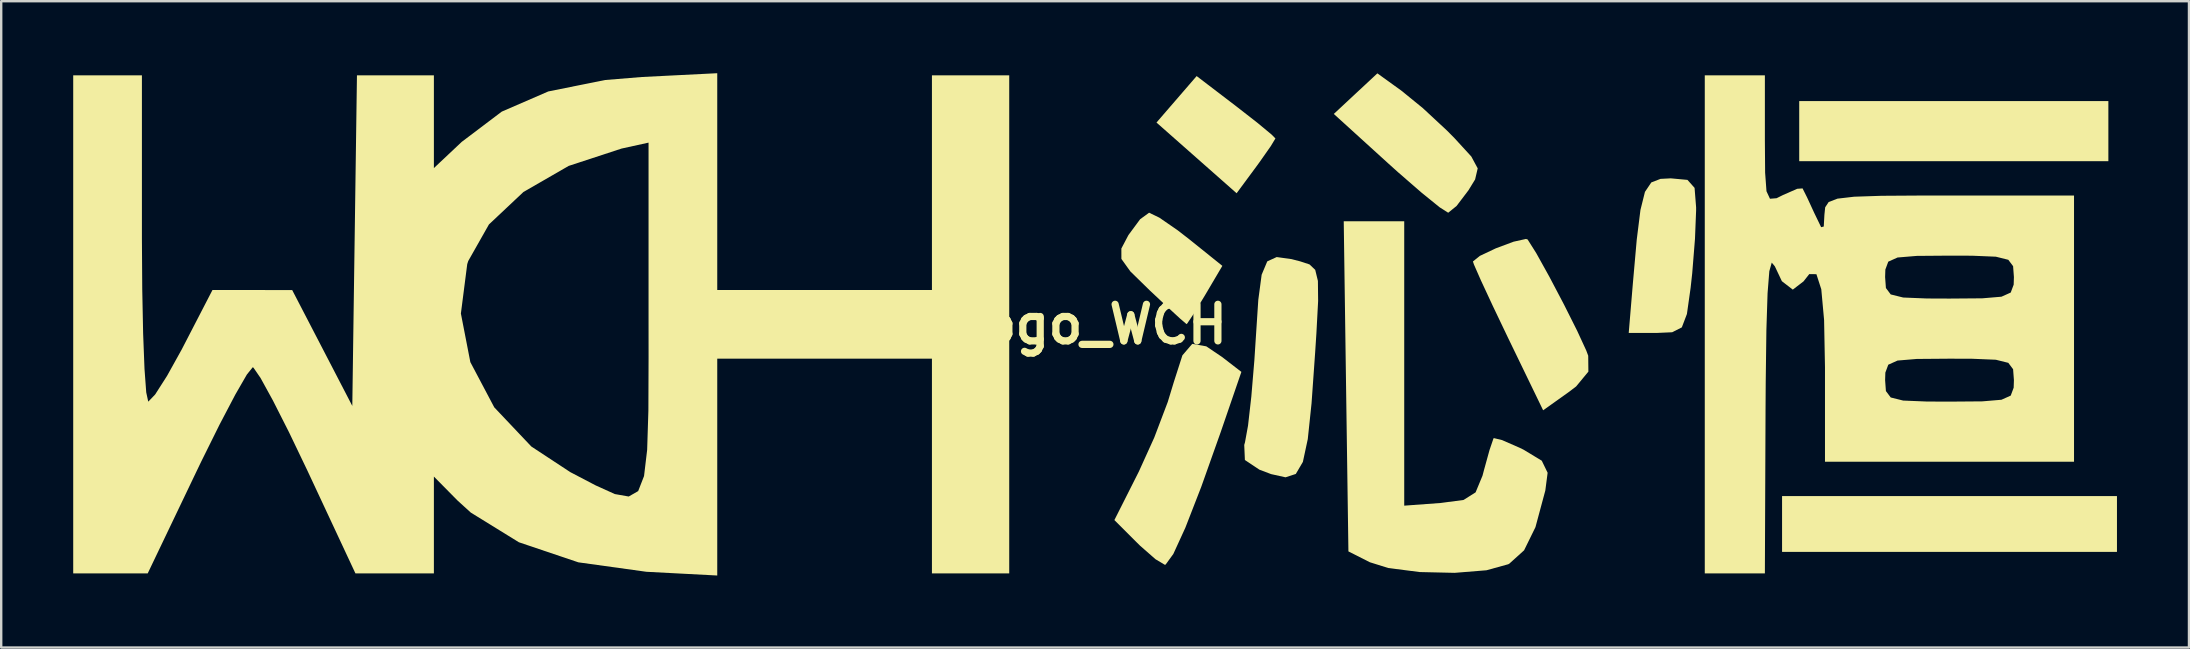
<source format=kicad_pcb>
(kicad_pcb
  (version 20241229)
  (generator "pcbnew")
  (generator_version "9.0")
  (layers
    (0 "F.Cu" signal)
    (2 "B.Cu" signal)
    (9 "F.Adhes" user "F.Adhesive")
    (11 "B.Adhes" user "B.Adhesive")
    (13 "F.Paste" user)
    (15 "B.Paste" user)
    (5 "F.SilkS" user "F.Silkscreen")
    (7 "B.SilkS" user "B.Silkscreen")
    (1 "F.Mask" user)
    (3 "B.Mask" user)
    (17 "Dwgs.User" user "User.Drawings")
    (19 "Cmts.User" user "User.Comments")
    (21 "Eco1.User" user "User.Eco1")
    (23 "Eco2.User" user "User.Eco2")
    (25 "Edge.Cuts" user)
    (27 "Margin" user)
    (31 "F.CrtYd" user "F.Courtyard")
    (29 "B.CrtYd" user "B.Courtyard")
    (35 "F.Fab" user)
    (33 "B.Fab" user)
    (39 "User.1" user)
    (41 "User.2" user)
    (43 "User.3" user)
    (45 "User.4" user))
  (footprint "logo_WCH"
    (layer "F.Cu")
    (at 42.572 10.462)
    (property "Reference" "logo_WCH" (at 0 0 0) (layer "F.SilkS") (effects (font (size 1.524 1.524) (thickness 0.3))))
    (attr board_only exclude_from_pos_files exclude_from_bom)
    (fp_poly (pts (xy 42.214 -6.797) (xy 29.335 -6.797) (xy 29.335 -9.301) (xy 42.214 -9.301)) (stroke (width 0) (type solid)) (fill yes) (layer "F.SilkS"))
    (fp_poly (pts (xy 42.572 8.318) (xy 42.572 9.48) (xy 28.62 9.48) (xy 28.62 8.318) (xy 28.62 7.155) (xy 42.572 7.155)) (stroke (width 0) (type solid)) (fill yes) (layer "F.SilkS"))
    (fp_poly (pts (xy 5.872 -9.09) (xy 6.755 -8.402) (xy 7.35 -7.909) (xy 7.513 -7.745) (xy 7.322 -7.427) (xy 6.851 -6.756) (xy 6.705 -6.556) (xy 5.896 -5.461) (xy 2.558 -8.407) (xy 4.231 -10.343)) (stroke (width 0) (type solid)) (fill yes) (layer "F.SilkS"))
    (fp_poly (pts (xy 2.68 -4.443) (xy 3.443 -3.916) (xy 3.924 -3.543) (xy 5.302 -2.436) (xy 4.583 -1.218) (xy 4.118 -0.452) (xy 3.839 -0.035) (xy 3.81 -0.009) (xy 3.544 -0.237) (xy 2.913 -0.818) (xy 2.29 -1.402) (xy 1.469 -2.205) (xy 1.096 -2.725) (xy 1.095 -3.16) (xy 1.386 -3.713) (xy 1.389 -3.719) (xy 1.876 -4.378) (xy 2.25 -4.651)) (stroke (width 0) (type solid)) (fill yes) (layer "F.SilkS"))
    (fp_poly (pts (xy 12.766 -9.731) (xy 13.654 -9.008) (xy 14.66 -8.073) (xy 14.969 -7.761) (xy 15.673 -6.993) (xy 15.94 -6.498) (xy 15.832 -6.036) (xy 15.554 -5.583) (xy 15.059 -4.931) (xy 14.713 -4.651) (xy 14.708 -4.651) (xy 14.354 -4.876) (xy 13.613 -5.476) (xy 12.62 -6.338) (xy 12.209 -6.708) (xy 9.945 -8.765) (xy 10.852 -9.61) (xy 11.76 -10.456)) (stroke (width 0) (type solid)) (fill yes) (layer "F.SilkS"))
    (fp_poly (pts (xy 4.633 0.917) (xy 5.284 1.356) (xy 6.095 1.981) (xy 5.237 4.479) (xy 4.424 6.767) (xy 3.76 8.474) (xy 3.26 9.566) (xy 2.938 10.009) (xy 2.904 10.017) (xy 2.519 9.787) (xy 1.874 9.222) (xy 1.735 9.085) (xy 0.804 8.154) (xy 1.823 6.134) (xy 2.466 4.715) (xy 3.028 3.233) (xy 3.277 2.415) (xy 3.638 1.291) (xy 4.048 0.813)) (stroke (width 0) (type solid)) (fill yes) (layer "F.SilkS"))
    (fp_poly (pts (xy 24.679 -6.018) (xy 24.975 -5.685) (xy 25.039 -4.874) (xy 25.039 -4.74) (xy 24.992 -3.56) (xy 24.877 -2.129) (xy 24.81 -1.52) (xy 24.656 -0.43) (xy 24.444 0.127) (xy 24.041 0.33) (xy 23.408 0.358) (xy 22.232 0.358) (xy 22.404 -1.699) (xy 22.566 -3.53) (xy 22.72 -4.764) (xy 22.908 -5.519) (xy 23.173 -5.912) (xy 23.555 -6.06) (xy 23.985 -6.082)) (stroke (width 0) (type solid)) (fill yes) (layer "F.SilkS"))
    (fp_poly (pts (xy 18.019 -3.536) (xy 18.376 -2.971) (xy 18.92 -1.993) (xy 19.53 -0.834) (xy 20.085 0.272) (xy 20.464 1.094) (xy 20.544 1.308) (xy 20.551 1.97) (xy 20.04 2.588) (xy 19.721 2.83) (xy 18.666 3.581) (xy 17.203 0.56) (xy 16.569 -0.767) (xy 16.073 -1.833) (xy 15.785 -2.488) (xy 15.741 -2.619) (xy 16.03 -2.852) (xy 16.696 -3.167) (xy 17.436 -3.443) (xy 17.949 -3.557)) (stroke (width 0) (type solid)) (fill yes) (layer "F.SilkS"))
    (fp_poly (pts (xy 8.183 -2.717) (xy 8.547 -2.623) (xy 8.933 -2.496) (xy 9.171 -2.27) (xy 9.283 -1.809) (xy 9.292 -0.973) (xy 9.22 0.377) (xy 9.168 1.175) (xy 9.018 3.29) (xy 8.861 4.78) (xy 8.657 5.731) (xy 8.362 6.233) (xy 7.935 6.373) (xy 7.334 6.24) (xy 6.846 6.055) (xy 6.241 5.652) (xy 6.214 5.024) (xy 6.245 4.915) (xy 6.372 4.218) (xy 6.509 3.01) (xy 6.636 1.494) (xy 6.692 0.626) (xy 6.8 -1.022) (xy 6.939 -2.067) (xy 7.173 -2.623) (xy 7.566 -2.803)) (stroke (width 0) (type solid)) (fill yes) (layer "F.SilkS"))
    (fp_poly (pts (xy 12.879 7.554) (xy 14.378 7.444) (xy 15.349 7.317) (xy 15.852 7) (xy 16.14 6.306) (xy 16.199 6.082) (xy 16.433 5.235) (xy 16.594 4.763) (xy 16.609 4.739) (xy 16.952 4.821) (xy 17.682 5.14) (xy 17.85 5.222) (xy 18.609 5.681) (xy 18.853 6.183) (xy 18.757 6.923) (xy 18.346 8.45) (xy 17.872 9.415) (xy 17.256 9.971) (xy 17.212 9.995) (xy 16.305 10.246) (xy 14.98 10.353) (xy 13.523 10.32) (xy 12.216 10.152) (xy 11.448 9.912) (xy 10.554 9.46) (xy 10.456 2.583) (xy 10.359 -4.293) (xy 12.879 -4.293)) (stroke (width 0) (type solid)) (fill yes) (layer "F.SilkS"))
    (fp_poly (pts (xy -15.741 -1.431) (xy -6.797 -1.431) (xy -6.797 -10.375) (xy -3.577 -10.375) (xy -3.577 10.375) (xy -6.797 10.375) (xy -6.797 1.431) (xy -15.741 1.431) (xy -15.741 10.464) (xy -18.692 10.309) (xy -21.528 9.915) (xy -24.005 9.079) (xy -26.009 7.842) (xy -26.563 7.338) (xy -27.546 6.342) (xy -27.546 10.375) (xy -30.815 10.375) (xy -32.821 6.082) (xy -33.582 4.495) (xy -34.252 3.173) (xy -34.767 2.236) (xy -35.064 1.804) (xy -35.094 1.789) (xy -35.338 2.093) (xy -35.819 2.927) (xy -36.472 4.171) (xy -37.233 5.706) (xy -37.414 6.082) (xy -39.468 10.375) (xy -42.572 10.375) (xy -42.572 -10.375) (xy -39.71 -10.375) (xy -39.71 -3.577) (xy -39.696 -1.461) (xy -39.659 0.387) (xy -39.602 1.855) (xy -39.53 2.835) (xy -39.447 3.217) (xy -39.442 3.218) (xy -39.159 2.923) (xy -38.662 2.146) (xy -38.051 1.046) (xy -37.972 0.893) (xy -36.77 -1.431) (xy -33.449 -1.428) (xy -32.197 0.985) (xy -30.945 3.399) (xy -30.891 -0.45) (xy -26.421 -0.45) (xy -26.027 1.575) (xy -25.031 3.458) (xy -23.486 5.09) (xy -21.865 6.156) (xy -20.808 6.709) (xy -20.008 7.071) (xy -19.429 7.173) (xy -19.035 6.947) (xy -18.791 6.321) (xy -18.661 5.228) (xy -18.61 3.597) (xy -18.602 1.36) (xy -18.603 -0.207) (xy -18.603 -7.57) (xy -19.727 -7.323) (xy -21.931 -6.6) (xy -23.815 -5.514) (xy -25.252 -4.162) (xy -26.115 -2.638) (xy -26.157 -2.507) (xy -26.421 -0.45) (xy -30.891 -0.45) (xy -30.848 -3.488) (xy -30.751 -10.375) (xy -27.546 -10.375) (xy -27.546 -6.51) (xy -26.384 -7.603) (xy -24.718 -8.862) (xy -22.781 -9.702) (xy -20.42 -10.178) (xy -18.871 -10.305) (xy -15.741 -10.462)) (stroke (width 0) (type solid)) (fill yes) (layer "F.SilkS"))
    (fp_poly (pts (xy 27.904 -7.679) (xy 27.914 -6.318) (xy 27.971 -5.544) (xy 28.116 -5.232) (xy 28.391 -5.254) (xy 28.65 -5.383) (xy 29.252 -5.647) (xy 29.474 -5.663) (xy 29.663 -5.286) (xy 29.956 -4.651) (xy 30.248 -4.047) (xy 30.357 -4.075) (xy 30.384 -4.561) (xy 30.416 -4.875) (xy 30.56 -5.094) (xy 30.927 -5.236) (xy 31.624 -5.317) (xy 32.762 -5.355) (xy 34.449 -5.366) (xy 35.596 -5.366) (xy 40.783 -5.366) (xy 40.783 5.724) (xy 30.408 5.724) (xy 30.408 2.325) (xy 32.913 2.325) (xy 32.946 2.78) (xy 33.147 3.047) (xy 33.666 3.176) (xy 34.653 3.216) (xy 35.596 3.22) (xy 36.961 3.209) (xy 37.76 3.142) (xy 38.146 2.969) (xy 38.269 2.639) (xy 38.279 2.325) (xy 38.245 1.87) (xy 38.045 1.604) (xy 37.526 1.475) (xy 36.538 1.434) (xy 35.596 1.431) (xy 34.231 1.442) (xy 33.431 1.509) (xy 33.045 1.682) (xy 32.923 2.011) (xy 32.913 2.325) (xy 30.408 2.325) (xy 30.408 1.789) (xy 30.371 -0.177) (xy 30.254 -1.46) (xy 30.09 -1.968) (xy 32.913 -1.968) (xy 32.946 -1.513) (xy 33.147 -1.246) (xy 33.666 -1.117) (xy 34.653 -1.077) (xy 35.596 -1.073) (xy 36.961 -1.084) (xy 37.76 -1.151) (xy 38.146 -1.324) (xy 38.269 -1.653) (xy 38.279 -1.968) (xy 38.245 -2.423) (xy 38.045 -2.689) (xy 37.526 -2.818) (xy 36.538 -2.859) (xy 35.596 -2.862) (xy 34.231 -2.851) (xy 33.431 -2.784) (xy 33.045 -2.611) (xy 32.923 -2.282) (xy 32.913 -1.968) (xy 30.09 -1.968) (xy 30.051 -2.089) (xy 29.753 -2.093) (xy 29.514 -1.789) (xy 29.067 -1.446) (xy 28.612 -1.797) (xy 28.32 -2.415) (xy 28.19 -2.572) (xy 28.089 -2.214) (xy 28.016 -1.294) (xy 27.967 0.233) (xy 27.939 2.412) (xy 27.932 3.488) (xy 27.904 10.375) (xy 25.4 10.375) (xy 25.4 -10.375) (xy 27.904 -10.375)) (stroke (width 0) (type solid)) (fill yes) (layer "F.SilkS")))
  (gr_rect
    (start -3 -3)
    (end 88.144 23.927)
    (stroke (width 0.1) (type default))
    (fill no)
    (layer "Edge.Cuts")))
</source>
